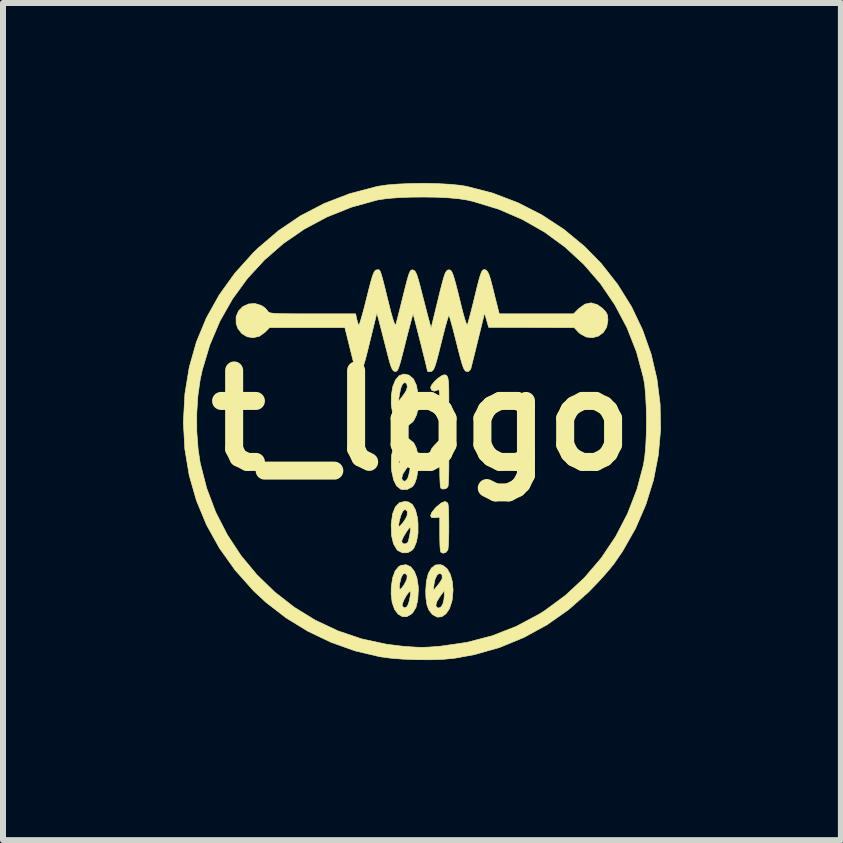
<source format=kicad_pcb>
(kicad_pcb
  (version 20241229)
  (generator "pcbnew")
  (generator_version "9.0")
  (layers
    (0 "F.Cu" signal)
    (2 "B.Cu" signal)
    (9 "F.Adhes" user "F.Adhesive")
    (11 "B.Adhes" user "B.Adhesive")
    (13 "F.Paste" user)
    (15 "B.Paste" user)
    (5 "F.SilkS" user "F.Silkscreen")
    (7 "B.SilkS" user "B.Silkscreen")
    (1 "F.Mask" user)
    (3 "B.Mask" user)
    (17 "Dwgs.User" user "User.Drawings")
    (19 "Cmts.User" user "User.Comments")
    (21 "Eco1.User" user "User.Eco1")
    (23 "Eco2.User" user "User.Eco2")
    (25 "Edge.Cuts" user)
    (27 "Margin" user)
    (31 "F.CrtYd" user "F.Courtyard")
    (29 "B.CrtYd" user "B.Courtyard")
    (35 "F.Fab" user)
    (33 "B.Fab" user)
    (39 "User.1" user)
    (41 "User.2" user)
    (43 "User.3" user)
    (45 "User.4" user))
  (footprint "t_logo"
    (layer "F.Cu")
    (at 3.972 3.957)
    (property "Reference" "t_logo" (at 0 0 0) (layer "F.SilkS") (effects (font (size 1.524 1.524) (thickness 0.3))))
    (attr through_hole)
    (fp_poly (pts (xy 0.434 1.371) (xy 0.442 1.386) (xy 0.448 1.428) (xy 0.453 1.509) (xy 0.455 1.617) (xy 0.456 1.74) (xy 0.456 1.866) (xy 0.453 1.982) (xy 0.449 2.078) (xy 0.443 2.141) (xy 0.441 2.153) (xy 0.409 2.197) (xy 0.36 2.211) (xy 0.322 2.193) (xy 0.315 2.162) (xy 0.309 2.091) (xy 0.306 1.992) (xy 0.305 1.892) (xy 0.305 1.609) (xy 0.229 1.62) (xy 0.17 1.617) (xy 0.152 1.586) (xy 0.172 1.532) (xy 0.23 1.459) (xy 0.249 1.44) (xy 0.332 1.372) (xy 0.394 1.348) (xy 0.434 1.371)) (stroke (width 0.01) (type solid)) (fill yes) (layer "F.SilkS"))
    (fp_poly (pts (xy 0.409 -0.757) (xy 0.429 -0.738) (xy 0.443 -0.698) (xy 0.452 -0.63) (xy 0.456 -0.526) (xy 0.457 -0.38) (xy 0.457 -0.339) (xy 0.454 -0.162) (xy 0.445 -0.032) (xy 0.428 0.053) (xy 0.403 0.095) (xy 0.37 0.097) (xy 0.335 0.071) (xy 0.319 0.027) (xy 0.309 -0.066) (xy 0.305 -0.208) (xy 0.305 -0.249) (xy 0.304 -0.374) (xy 0.301 -0.455) (xy 0.295 -0.5) (xy 0.285 -0.516) (xy 0.269 -0.51) (xy 0.267 -0.508) (xy 0.216 -0.489) (xy 0.171 -0.505) (xy 0.152 -0.549) (xy 0.172 -0.594) (xy 0.219 -0.652) (xy 0.281 -0.708) (xy 0.342 -0.749) (xy 0.38 -0.762) (xy 0.409 -0.757)) (stroke (width 0.01) (type solid)) (fill yes) (layer "F.SilkS"))
    (fp_poly (pts (xy 0.41 0.295) (xy 0.432 0.343) (xy 0.447 0.43) (xy 0.455 0.558) (xy 0.457 0.72) (xy 0.456 0.85) (xy 0.453 0.963) (xy 0.449 1.05) (xy 0.443 1.098) (xy 0.442 1.103) (xy 0.406 1.136) (xy 0.354 1.142) (xy 0.322 1.126) (xy 0.315 1.095) (xy 0.31 1.025) (xy 0.306 0.925) (xy 0.305 0.818) (xy 0.304 0.693) (xy 0.301 0.612) (xy 0.295 0.567) (xy 0.285 0.551) (xy 0.269 0.557) (xy 0.267 0.559) (xy 0.214 0.578) (xy 0.17 0.559) (xy 0.152 0.512) (xy 0.17 0.471) (xy 0.215 0.414) (xy 0.273 0.354) (xy 0.331 0.304) (xy 0.375 0.28) (xy 0.38 0.279) (xy 0.41 0.295)) (stroke (width 0.01) (type solid)) (fill yes) (layer "F.SilkS"))
    (fp_poly (pts (xy 0.358 2.414) (xy 0.428 2.469) (xy 0.481 2.562) (xy 0.515 2.685) (xy 0.527 2.826) (xy 0.514 2.976) (xy 0.508 3.009) (xy 0.469 3.131) (xy 0.411 3.218) (xy 0.342 3.268) (xy 0.267 3.276) (xy 0.192 3.238) (xy 0.177 3.225) (xy 0.124 3.157) (xy 0.097 3.085) (xy 0.24 3.085) (xy 0.263 3.119) (xy 0.292 3.124) (xy 0.329 3.103) (xy 0.356 3.059) (xy 0.375 2.984) (xy 0.381 2.914) (xy 0.381 2.835) (xy 0.302 2.942) (xy 0.253 3.024) (xy 0.24 3.085) (xy 0.097 3.085) (xy 0.092 3.071) (xy 0.075 2.957) (xy 0.071 2.845) (xy 0.072 2.832) (xy 0.198 2.832) (xy 0.263 2.756) (xy 0.31 2.694) (xy 0.342 2.64) (xy 0.345 2.633) (xy 0.345 2.58) (xy 0.333 2.558) (xy 0.296 2.547) (xy 0.259 2.577) (xy 0.228 2.642) (xy 0.211 2.721) (xy 0.198 2.832) (xy 0.072 2.832) (xy 0.082 2.68) (xy 0.114 2.55) (xy 0.166 2.458) (xy 0.234 2.407) (xy 0.316 2.401) (xy 0.358 2.414)) (stroke (width 0.01) (type solid)) (fill yes) (layer "F.SilkS"))
    (fp_poly (pts (xy -0.209 -0.757) (xy -0.207 -0.756) (xy -0.133 -0.693) (xy -0.083 -0.586) (xy -0.056 -0.436) (xy -0.056 -0.426) (xy -0.053 -0.243) (xy -0.078 -0.101) (xy -0.129 0.003) (xy -0.153 0.03) (xy -0.229 0.087) (xy -0.301 0.096) (xy -0.377 0.059) (xy -0.388 0.051) (xy -0.443 -0.021) (xy -0.473 -0.103) (xy -0.322 -0.103) (xy -0.32 -0.087) (xy -0.294 -0.056) (xy -0.26 -0.069) (xy -0.225 -0.124) (xy -0.209 -0.166) (xy -0.185 -0.254) (xy -0.184 -0.301) (xy -0.204 -0.306) (xy -0.243 -0.266) (xy -0.264 -0.236) (xy -0.306 -0.161) (xy -0.322 -0.103) (xy -0.473 -0.103) (xy -0.482 -0.13) (xy -0.503 -0.267) (xy -0.502 -0.318) (xy -0.384 -0.318) (xy -0.333 -0.381) (xy -0.286 -0.446) (xy -0.252 -0.5) (xy -0.235 -0.559) (xy -0.244 -0.61) (xy -0.273 -0.635) (xy -0.278 -0.635) (xy -0.314 -0.61) (xy -0.344 -0.539) (xy -0.367 -0.432) (xy -0.384 -0.318) (xy -0.502 -0.318) (xy -0.502 -0.417) (xy -0.478 -0.564) (xy -0.433 -0.675) (xy -0.372 -0.747) (xy -0.296 -0.775) (xy -0.209 -0.757)) (stroke (width 0.01) (type solid)) (fill yes) (layer "F.SilkS"))
    (fp_poly (pts (xy -0.212 0.303) (xy -0.134 0.367) (xy -0.12 0.386) (xy -0.082 0.466) (xy -0.06 0.577) (xy -0.053 0.705) (xy -0.06 0.836) (xy -0.08 0.956) (xy -0.113 1.051) (xy -0.149 1.101) (xy -0.235 1.148) (xy -0.326 1.15) (xy -0.348 1.142) (xy -0.414 1.089) (xy -0.463 0.991) (xy -0.469 0.963) (xy -0.329 0.963) (xy -0.313 0.999) (xy -0.274 1.014) (xy -0.237 0.979) (xy -0.232 0.972) (xy -0.214 0.92) (xy -0.196 0.842) (xy -0.191 0.813) (xy -0.173 0.699) (xy -0.251 0.8) (xy -0.312 0.895) (xy -0.329 0.963) (xy -0.469 0.963) (xy -0.494 0.851) (xy -0.502 0.762) (xy -0.501 0.699) (xy -0.376 0.699) (xy -0.372 0.711) (xy -0.351 0.693) (xy -0.312 0.645) (xy -0.283 0.607) (xy -0.235 0.527) (xy -0.222 0.468) (xy -0.245 0.436) (xy -0.269 0.432) (xy -0.308 0.452) (xy -0.326 0.476) (xy -0.344 0.524) (xy -0.36 0.589) (xy -0.372 0.653) (xy -0.376 0.699) (xy -0.501 0.699) (xy -0.499 0.587) (xy -0.47 0.452) (xy -0.412 0.355) (xy -0.375 0.321) (xy -0.293 0.287) (xy -0.212 0.303)) (stroke (width 0.01) (type solid)) (fill yes) (layer "F.SilkS"))
    (fp_poly (pts (xy -0.179 2.437) (xy -0.118 2.512) (xy -0.075 2.623) (xy -0.053 2.764) (xy -0.051 2.819) (xy -0.061 2.988) (xy -0.091 3.114) (xy -0.144 3.201) (xy -0.169 3.225) (xy -0.247 3.269) (xy -0.318 3.267) (xy -0.387 3.227) (xy -0.447 3.149) (xy -0.47 3.083) (xy -0.322 3.083) (xy -0.321 3.085) (xy -0.291 3.121) (xy -0.25 3.109) (xy -0.235 3.092) (xy -0.217 3.054) (xy -0.2 2.993) (xy -0.187 2.926) (xy -0.181 2.871) (xy -0.187 2.845) (xy -0.188 2.845) (xy -0.215 2.866) (xy -0.252 2.917) (xy -0.288 2.981) (xy -0.314 3.043) (xy -0.322 3.083) (xy -0.47 3.083) (xy -0.488 3.033) (xy -0.505 2.887) (xy -0.503 2.792) (xy -0.369 2.792) (xy -0.358 2.814) (xy -0.328 2.79) (xy -0.284 2.728) (xy -0.243 2.645) (xy -0.238 2.582) (xy -0.269 2.548) (xy -0.271 2.547) (xy -0.307 2.559) (xy -0.338 2.617) (xy -0.362 2.715) (xy -0.363 2.724) (xy -0.369 2.792) (xy -0.503 2.792) (xy -0.503 2.774) (xy -0.48 2.62) (xy -0.437 2.504) (xy -0.375 2.431) (xy -0.342 2.413) (xy -0.255 2.402) (xy -0.179 2.437)) (stroke (width 0.01) (type solid)) (fill yes) (layer "F.SilkS"))
    (fp_poly (pts (xy -0.216 1.357) (xy -0.15 1.399) (xy -0.1 1.487) (xy -0.067 1.616) (xy -0.057 1.714) (xy -0.057 1.877) (xy -0.081 2.016) (xy -0.124 2.122) (xy -0.154 2.16) (xy -0.228 2.202) (xy -0.314 2.204) (xy -0.392 2.167) (xy -0.406 2.154) (xy -0.465 2.055) (xy -0.475 2.014) (xy -0.33 2.014) (xy -0.312 2.049) (xy -0.273 2.056) (xy -0.234 2.038) (xy -0.219 2.013) (xy -0.203 1.946) (xy -0.189 1.874) (xy -0.182 1.813) (xy -0.182 1.78) (xy -0.184 1.778) (xy -0.209 1.798) (xy -0.246 1.848) (xy -0.285 1.911) (xy -0.316 1.971) (xy -0.33 2.013) (xy -0.33 2.014) (xy -0.475 2.014) (xy -0.498 1.917) (xy -0.503 1.757) (xy -0.381 1.757) (xy -0.369 1.764) (xy -0.34 1.739) (xy -0.302 1.694) (xy -0.267 1.641) (xy -0.242 1.592) (xy -0.239 1.583) (xy -0.234 1.52) (xy -0.257 1.487) (xy -0.29 1.489) (xy -0.315 1.519) (xy -0.342 1.581) (xy -0.365 1.658) (xy -0.379 1.732) (xy -0.381 1.757) (xy -0.503 1.757) (xy -0.504 1.744) (xy -0.502 1.713) (xy -0.48 1.554) (xy -0.435 1.44) (xy -0.368 1.371) (xy -0.28 1.348) (xy -0.216 1.357)) (stroke (width 0.01) (type solid)) (fill yes) (layer "F.SilkS"))
    (fp_poly (pts (xy 0.261 -3.948) (xy 0.466 -3.937) (xy 0.643 -3.92) (xy 0.748 -3.903) (xy 1.186 -3.79) (xy 1.606 -3.63) (xy 2.003 -3.428) (xy 2.375 -3.184) (xy 2.717 -2.901) (xy 2.997 -2.615) (xy 3.27 -2.267) (xy 3.5 -1.898) (xy 3.685 -1.51) (xy 3.827 -1.108) (xy 3.924 -0.694) (xy 3.977 -0.274) (xy 3.985 0.149) (xy 3.948 0.572) (xy 3.867 0.99) (xy 3.74 1.399) (xy 3.568 1.797) (xy 3.351 2.179) (xy 3.207 2.388) (xy 3.136 2.476) (xy 3.04 2.587) (xy 2.929 2.708) (xy 2.815 2.826) (xy 2.784 2.858) (xy 2.453 3.15) (xy 2.093 3.403) (xy 1.708 3.614) (xy 1.303 3.781) (xy 0.881 3.901) (xy 0.551 3.961) (xy 0.37 3.978) (xy 0.156 3.986) (xy -0.075 3.985) (xy -0.305 3.976) (xy -0.518 3.959) (xy -0.694 3.935) (xy -1.103 3.839) (xy -1.504 3.696) (xy -1.89 3.512) (xy -2.254 3.289) (xy -2.588 3.032) (xy -2.797 2.838) (xy -3.104 2.493) (xy -3.365 2.127) (xy -3.58 1.741) (xy -3.748 1.336) (xy -3.869 0.915) (xy -3.942 0.477) (xy -3.967 0.025) (xy -3.966 0.013) (xy -3.959 -0.115) (xy -3.744 -0.115) (xy -3.743 0.187) (xy -3.721 0.478) (xy -3.687 0.704) (xy -3.579 1.126) (xy -3.428 1.526) (xy -3.236 1.901) (xy -3.006 2.251) (xy -2.741 2.57) (xy -2.444 2.858) (xy -2.118 3.112) (xy -1.766 3.328) (xy -1.39 3.505) (xy -0.993 3.639) (xy -0.579 3.728) (xy -0.335 3.758) (xy -0.188 3.77) (xy -0.074 3.777) (xy 0.025 3.779) (xy 0.125 3.775) (xy 0.244 3.766) (xy 0.318 3.76) (xy 0.759 3.696) (xy 1.18 3.586) (xy 1.58 3.43) (xy 1.96 3.227) (xy 2.051 3.17) (xy 2.401 2.912) (xy 2.716 2.619) (xy 2.995 2.292) (xy 3.235 1.935) (xy 3.435 1.55) (xy 3.593 1.14) (xy 3.7 0.737) (xy 3.722 0.597) (xy 3.738 0.42) (xy 3.747 0.218) (xy 3.75 0.003) (xy 3.746 -0.211) (xy 3.736 -0.411) (xy 3.721 -0.586) (xy 3.7 -0.711) (xy 3.584 -1.142) (xy 3.424 -1.549) (xy 3.222 -1.929) (xy 2.983 -2.281) (xy 2.706 -2.601) (xy 2.396 -2.887) (xy 2.054 -3.138) (xy 1.683 -3.35) (xy 1.284 -3.522) (xy 0.861 -3.651) (xy 0.761 -3.674) (xy 0.625 -3.695) (xy 0.451 -3.711) (xy 0.251 -3.721) (xy 0.037 -3.724) (xy -0.178 -3.722) (xy -0.382 -3.714) (xy -0.563 -3.7) (xy -0.709 -3.679) (xy -0.737 -3.674) (xy -1.166 -3.555) (xy -1.571 -3.393) (xy -1.95 -3.191) (xy -2.299 -2.951) (xy -2.617 -2.674) (xy -2.901 -2.365) (xy -3.149 -2.024) (xy -3.358 -1.655) (xy -3.526 -1.26) (xy -3.652 -0.84) (xy -3.687 -0.679) (xy -3.725 -0.41) (xy -3.744 -0.115) (xy -3.959 -0.115) (xy -3.941 -0.446) (xy -3.869 -0.886) (xy -3.75 -1.308) (xy -3.583 -1.71) (xy -3.37 -2.091) (xy -3.111 -2.452) (xy -2.806 -2.791) (xy -2.73 -2.866) (xy -2.386 -3.16) (xy -2.017 -3.41) (xy -1.621 -3.616) (xy -1.201 -3.778) (xy -0.756 -3.896) (xy -0.724 -3.903) (xy -0.576 -3.925) (xy -0.39 -3.94) (xy -0.18 -3.949) (xy 0.041 -3.952) (xy 0.261 -3.948)) (stroke (width 0.01) (type solid)) (fill yes) (layer "F.SilkS"))
    (fp_poly (pts (xy 1.075 -2.508) (xy 1.1 -2.483) (xy 1.125 -2.433) (xy 1.152 -2.35) (xy 1.184 -2.227) (xy 1.195 -2.184) (xy 1.222 -2.072) (xy 1.249 -1.967) (xy 1.269 -1.888) (xy 1.272 -1.873) (xy 1.297 -1.778) (xy 2.535 -1.778) (xy 2.624 -1.867) (xy 2.723 -1.939) (xy 2.826 -1.961) (xy 2.93 -1.931) (xy 3.015 -1.871) (xy 3.072 -1.811) (xy 3.1 -1.757) (xy 3.107 -1.684) (xy 3.107 -1.668) (xy 3.086 -1.554) (xy 3.029 -1.465) (xy 2.946 -1.406) (xy 2.848 -1.38) (xy 2.745 -1.392) (xy 2.647 -1.445) (xy 2.615 -1.474) (xy 2.546 -1.548) (xy 1.12 -1.552) (xy 1.086 -1.672) (xy 1.052 -1.791) (xy 0.943 -1.346) (xy 0.907 -1.2) (xy 0.875 -1.069) (xy 0.848 -0.962) (xy 0.829 -0.887) (xy 0.821 -0.856) (xy 0.789 -0.82) (xy 0.755 -0.818) (xy 0.734 -0.825) (xy 0.716 -0.846) (xy 0.696 -0.887) (xy 0.674 -0.954) (xy 0.646 -1.053) (xy 0.61 -1.192) (xy 0.586 -1.289) (xy 0.549 -1.434) (xy 0.516 -1.561) (xy 0.488 -1.661) (xy 0.468 -1.728) (xy 0.457 -1.753) (xy 0.457 -1.753) (xy 0.447 -1.729) (xy 0.427 -1.664) (xy 0.399 -1.565) (xy 0.366 -1.439) (xy 0.33 -1.294) (xy 0.328 -1.289) (xy 0.288 -1.126) (xy 0.256 -1.005) (xy 0.231 -0.921) (xy 0.21 -0.867) (xy 0.191 -0.836) (xy 0.172 -0.821) (xy 0.158 -0.817) (xy 0.114 -0.815) (xy 0.102 -0.819) (xy 0.096 -0.848) (xy 0.08 -0.916) (xy 0.056 -1.014) (xy 0.026 -1.132) (xy -0.006 -1.263) (xy -0.04 -1.395) (xy -0.072 -1.521) (xy -0.1 -1.63) (xy -0.122 -1.714) (xy -0.136 -1.764) (xy -0.139 -1.773) (xy -0.147 -1.752) (xy -0.165 -1.688) (xy -0.191 -1.59) (xy -0.224 -1.465) (xy -0.261 -1.32) (xy -0.267 -1.295) (xy -0.309 -1.129) (xy -0.341 -1.005) (xy -0.366 -0.919) (xy -0.386 -0.863) (xy -0.404 -0.832) (xy -0.421 -0.819) (xy -0.44 -0.818) (xy -0.442 -0.818) (xy -0.464 -0.826) (xy -0.484 -0.85) (xy -0.505 -0.896) (xy -0.529 -0.971) (xy -0.559 -1.083) (xy -0.587 -1.194) (xy -0.623 -1.334) (xy -0.657 -1.467) (xy -0.686 -1.579) (xy -0.707 -1.659) (xy -0.711 -1.676) (xy -0.743 -1.791) (xy -0.861 -1.308) (xy -0.902 -1.141) (xy -0.934 -1.017) (xy -0.96 -0.93) (xy -0.98 -0.872) (xy -0.999 -0.839) (xy -1.017 -0.823) (xy -1.034 -0.818) (xy -1.073 -0.822) (xy -1.099 -0.856) (xy -1.115 -0.906) (xy -1.132 -0.972) (xy -1.157 -1.071) (xy -1.187 -1.189) (xy -1.208 -1.276) (xy -1.276 -1.549) (xy -2.53 -1.549) (xy -2.603 -1.474) (xy -2.699 -1.405) (xy -2.803 -1.38) (xy -2.905 -1.396) (xy -2.994 -1.45) (xy -3.061 -1.538) (xy -3.088 -1.62) (xy -3.088 -1.731) (xy -3.047 -1.826) (xy -2.975 -1.899) (xy -2.881 -1.942) (xy -2.774 -1.95) (xy -2.666 -1.917) (xy -2.605 -1.875) (xy -2.565 -1.829) (xy -2.555 -1.814) (xy -2.54 -1.802) (xy -2.512 -1.793) (xy -2.468 -1.787) (xy -2.4 -1.783) (xy -2.304 -1.78) (xy -2.173 -1.779) (xy -2.002 -1.778) (xy -1.817 -1.778) (xy -1.096 -1.778) (xy -1.079 -1.695) (xy -1.062 -1.631) (xy -1.046 -1.588) (xy -1.046 -1.588) (xy -1.035 -1.603) (xy -1.015 -1.661) (xy -0.988 -1.754) (xy -0.955 -1.875) (xy -0.919 -2.018) (xy -0.915 -2.032) (xy -0.874 -2.197) (xy -0.842 -2.318) (xy -0.817 -2.404) (xy -0.796 -2.459) (xy -0.778 -2.491) (xy -0.759 -2.506) (xy -0.744 -2.51) (xy -0.725 -2.513) (xy -0.71 -2.512) (xy -0.696 -2.501) (xy -0.682 -2.475) (xy -0.666 -2.427) (xy -0.645 -2.352) (xy -0.617 -2.244) (xy -0.581 -2.097) (xy -0.544 -1.949) (xy -0.507 -1.801) (xy -0.475 -1.689) (xy -0.45 -1.618) (xy -0.434 -1.59) (xy -0.429 -1.593) (xy -0.418 -1.632) (xy -0.397 -1.711) (xy -0.369 -1.821) (xy -0.336 -1.954) (xy -0.305 -2.078) (xy -0.266 -2.235) (xy -0.236 -2.35) (xy -0.213 -2.428) (xy -0.194 -2.476) (xy -0.177 -2.502) (xy -0.159 -2.51) (xy -0.143 -2.51) (xy -0.119 -2.5) (xy -0.098 -2.475) (xy -0.076 -2.427) (xy -0.051 -2.346) (xy -0.018 -2.226) (xy -0.008 -2.184) (xy 0.028 -2.046) (xy 0.064 -1.907) (xy 0.095 -1.786) (xy 0.117 -1.703) (xy 0.161 -1.54) (xy 0.278 -2.021) (xy 0.319 -2.188) (xy 0.351 -2.312) (xy 0.376 -2.399) (xy 0.397 -2.456) (xy 0.416 -2.489) (xy 0.434 -2.505) (xy 0.449 -2.51) (xy 0.471 -2.51) (xy 0.49 -2.5) (xy 0.508 -2.474) (xy 0.528 -2.427) (xy 0.551 -2.353) (xy 0.58 -2.246) (xy 0.617 -2.101) (xy 0.663 -1.912) (xy 0.663 -1.91) (xy 0.694 -1.79) (xy 0.722 -1.691) (xy 0.745 -1.623) (xy 0.76 -1.593) (xy 0.763 -1.593) (xy 0.774 -1.623) (xy 0.794 -1.694) (xy 0.822 -1.799) (xy 0.855 -1.928) (xy 0.888 -2.064) (xy 0.927 -2.225) (xy 0.958 -2.344) (xy 0.982 -2.426) (xy 1.002 -2.477) (xy 1.02 -2.504) (xy 1.038 -2.514) (xy 1.044 -2.515) (xy 1.075 -2.508)) (stroke (width 0.01) (type solid)) (fill yes) (layer "F.SilkS")))
  (gr_rect
    (start -3 -3)
    (end 10.961 10.948)
    (stroke (width 0.1) (type default))
    (fill no)
    (layer "Edge.Cuts")))
</source>
